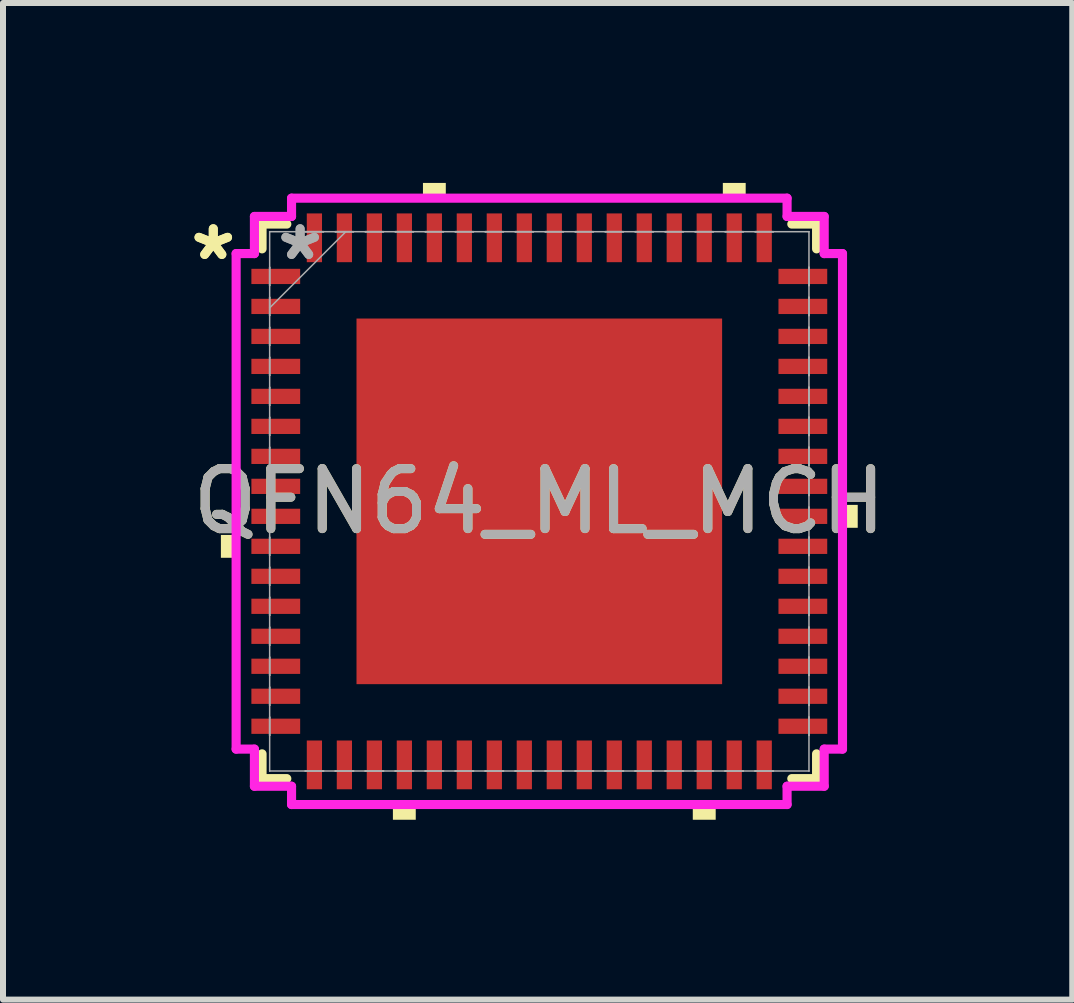
<source format=kicad_pcb>
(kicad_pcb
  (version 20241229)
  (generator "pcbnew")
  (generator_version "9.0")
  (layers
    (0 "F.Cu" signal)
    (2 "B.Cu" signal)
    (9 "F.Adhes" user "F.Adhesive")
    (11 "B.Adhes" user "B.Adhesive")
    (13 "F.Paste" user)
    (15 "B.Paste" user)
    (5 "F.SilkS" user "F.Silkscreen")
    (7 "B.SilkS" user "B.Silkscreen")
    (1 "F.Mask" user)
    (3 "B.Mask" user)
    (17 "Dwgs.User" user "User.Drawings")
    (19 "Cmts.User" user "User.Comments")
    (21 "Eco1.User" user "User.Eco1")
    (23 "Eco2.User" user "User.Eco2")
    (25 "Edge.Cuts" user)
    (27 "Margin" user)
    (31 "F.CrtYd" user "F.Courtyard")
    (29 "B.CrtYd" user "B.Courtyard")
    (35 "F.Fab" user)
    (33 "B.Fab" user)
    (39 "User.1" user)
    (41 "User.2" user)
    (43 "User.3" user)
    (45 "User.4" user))
  (footprint "QFN64_ML_MCH"
    (layer "F.Cu")
    (at 5.942 5.309)
    (property "Reference" "QFN64_ML_MCH" (at 0 0 0) (unlocked yes) (layer "F.SilkS") (effects (font (size 1 1) (thickness 0.15))))
    (attr smd)
    (fp_line (start -4.623 -4.623) (end -4.623 -4.21) (stroke (width 0.152) (type solid)) (layer "F.SilkS"))
    (fp_line (start -4.623 4.21) (end -4.623 4.623) (stroke (width 0.152) (type solid)) (layer "F.SilkS"))
    (fp_line (start -4.623 4.623) (end -4.21 4.623) (stroke (width 0.152) (type solid)) (layer "F.SilkS"))
    (fp_line (start -4.21 -4.623) (end -4.623 -4.623) (stroke (width 0.152) (type solid)) (layer "F.SilkS"))
    (fp_line (start 4.21 4.623) (end 4.623 4.623) (stroke (width 0.152) (type solid)) (layer "F.SilkS"))
    (fp_line (start 4.623 -4.623) (end 4.21 -4.623) (stroke (width 0.152) (type solid)) (layer "F.SilkS"))
    (fp_line (start 4.623 -4.21) (end 4.623 -4.623) (stroke (width 0.152) (type solid)) (layer "F.SilkS"))
    (fp_line (start 4.623 4.623) (end 4.623 4.21) (stroke (width 0.152) (type solid)) (layer "F.SilkS"))
    (fp_poly (pts (xy -5.309 0.56) (xy -5.309 0.941) (xy -5.055 0.941) (xy -5.055 0.56)) (stroke (width 0) (type solid)) (fill yes) (layer "F.SilkS"))
    (fp_poly (pts (xy -2.441 5.055) (xy -2.441 5.309) (xy -2.06 5.309) (xy -2.06 5.055)) (stroke (width 0) (type solid)) (fill yes) (layer "F.SilkS"))
    (fp_poly (pts (xy -1.94 -5.055) (xy -1.94 -5.309) (xy -1.559 -5.309) (xy -1.559 -5.055)) (stroke (width 0) (type solid)) (fill yes) (layer "F.SilkS"))
    (fp_poly (pts (xy 2.559 5.055) (xy 2.559 5.309) (xy 2.941 5.309) (xy 2.941 5.055)) (stroke (width 0) (type solid)) (fill yes) (layer "F.SilkS"))
    (fp_poly (pts (xy 3.06 -5.055) (xy 3.06 -5.309) (xy 3.441 -5.309) (xy 3.441 -5.055)) (stroke (width 0) (type solid)) (fill yes) (layer "F.SilkS"))
    (fp_poly (pts (xy 5.309 0.059) (xy 5.309 0.441) (xy 5.055 0.441) (xy 5.055 0.059)) (stroke (width 0) (type solid)) (fill yes) (layer "F.SilkS"))
    (fp_poly (pts (xy -2.948 -2.948) (xy -2.948 -1.624) (xy -1.624 -1.624) (xy -1.624 -2.948)) (stroke (width 0) (type solid)) (fill yes) (layer "F.Paste"))
    (fp_poly (pts (xy -2.948 -1.424) (xy -2.948 -0.1) (xy -1.624 -0.1) (xy -1.624 -1.424)) (stroke (width 0) (type solid)) (fill yes) (layer "F.Paste"))
    (fp_poly (pts (xy -2.948 0.1) (xy -2.948 1.424) (xy -1.624 1.424) (xy -1.624 0.1)) (stroke (width 0) (type solid)) (fill yes) (layer "F.Paste"))
    (fp_poly (pts (xy -2.948 1.624) (xy -2.948 2.948) (xy -1.624 2.948) (xy -1.624 1.624)) (stroke (width 0) (type solid)) (fill yes) (layer "F.Paste"))
    (fp_poly (pts (xy -1.424 -2.948) (xy -1.424 -1.624) (xy -0.1 -1.624) (xy -0.1 -2.948)) (stroke (width 0) (type solid)) (fill yes) (layer "F.Paste"))
    (fp_poly (pts (xy -1.424 -1.424) (xy -1.424 -0.1) (xy -0.1 -0.1) (xy -0.1 -1.424)) (stroke (width 0) (type solid)) (fill yes) (layer "F.Paste"))
    (fp_poly (pts (xy -1.424 0.1) (xy -1.424 1.424) (xy -0.1 1.424) (xy -0.1 0.1)) (stroke (width 0) (type solid)) (fill yes) (layer "F.Paste"))
    (fp_poly (pts (xy -1.424 1.624) (xy -1.424 2.948) (xy -0.1 2.948) (xy -0.1 1.624)) (stroke (width 0) (type solid)) (fill yes) (layer "F.Paste"))
    (fp_poly (pts (xy 0.1 -2.948) (xy 0.1 -1.624) (xy 1.424 -1.624) (xy 1.424 -2.948)) (stroke (width 0) (type solid)) (fill yes) (layer "F.Paste"))
    (fp_poly (pts (xy 0.1 -1.424) (xy 0.1 -0.1) (xy 1.424 -0.1) (xy 1.424 -1.424)) (stroke (width 0) (type solid)) (fill yes) (layer "F.Paste"))
    (fp_poly (pts (xy 0.1 0.1) (xy 0.1 1.424) (xy 1.424 1.424) (xy 1.424 0.1)) (stroke (width 0) (type solid)) (fill yes) (layer "F.Paste"))
    (fp_poly (pts (xy 0.1 1.624) (xy 0.1 2.948) (xy 1.424 2.948) (xy 1.424 1.624)) (stroke (width 0) (type solid)) (fill yes) (layer "F.Paste"))
    (fp_poly (pts (xy 1.624 -2.948) (xy 1.624 -1.624) (xy 2.948 -1.624) (xy 2.948 -2.948)) (stroke (width 0) (type solid)) (fill yes) (layer "F.Paste"))
    (fp_poly (pts (xy 1.624 -1.424) (xy 1.624 -0.1) (xy 2.948 -0.1) (xy 2.948 -1.424)) (stroke (width 0) (type solid)) (fill yes) (layer "F.Paste"))
    (fp_poly (pts (xy 1.624 0.1) (xy 1.624 1.424) (xy 2.948 1.424) (xy 2.948 0.1)) (stroke (width 0) (type solid)) (fill yes) (layer "F.Paste"))
    (fp_poly (pts (xy 1.624 1.624) (xy 1.624 2.948) (xy 2.948 2.948) (xy 2.948 1.624)) (stroke (width 0) (type solid)) (fill yes) (layer "F.Paste"))
    (fp_line (start -5.055 -4.131) (end -4.75 -4.131) (stroke (width 0.152) (type solid)) (layer "F.CrtYd"))
    (fp_line (start -5.055 4.131) (end -5.055 -4.131) (stroke (width 0.152) (type solid)) (layer "F.CrtYd"))
    (fp_line (start -4.75 -4.75) (end -4.131 -4.75) (stroke (width 0.152) (type solid)) (layer "F.CrtYd"))
    (fp_line (start -4.75 -4.131) (end -4.75 -4.75) (stroke (width 0.152) (type solid)) (layer "F.CrtYd"))
    (fp_line (start -4.75 4.131) (end -5.055 4.131) (stroke (width 0.152) (type solid)) (layer "F.CrtYd"))
    (fp_line (start -4.75 4.75) (end -4.75 4.131) (stroke (width 0.152) (type solid)) (layer "F.CrtYd"))
    (fp_line (start -4.131 -5.055) (end 4.131 -5.055) (stroke (width 0.152) (type solid)) (layer "F.CrtYd"))
    (fp_line (start -4.131 -4.75) (end -4.131 -5.055) (stroke (width 0.152) (type solid)) (layer "F.CrtYd"))
    (fp_line (start -4.131 4.75) (end -4.75 4.75) (stroke (width 0.152) (type solid)) (layer "F.CrtYd"))
    (fp_line (start -4.131 5.055) (end -4.131 4.75) (stroke (width 0.152) (type solid)) (layer "F.CrtYd"))
    (fp_line (start 4.131 -5.055) (end 4.131 -4.75) (stroke (width 0.152) (type solid)) (layer "F.CrtYd"))
    (fp_line (start 4.131 -4.75) (end 4.75 -4.75) (stroke (width 0.152) (type solid)) (layer "F.CrtYd"))
    (fp_line (start 4.131 4.75) (end 4.131 5.055) (stroke (width 0.152) (type solid)) (layer "F.CrtYd"))
    (fp_line (start 4.131 5.055) (end -4.131 5.055) (stroke (width 0.152) (type solid)) (layer "F.CrtYd"))
    (fp_line (start 4.75 -4.75) (end 4.75 -4.131) (stroke (width 0.152) (type solid)) (layer "F.CrtYd"))
    (fp_line (start 4.75 -4.131) (end 5.055 -4.131) (stroke (width 0.152) (type solid)) (layer "F.CrtYd"))
    (fp_line (start 4.75 4.131) (end 4.75 4.75) (stroke (width 0.152) (type solid)) (layer "F.CrtYd"))
    (fp_line (start 4.75 4.75) (end 4.131 4.75) (stroke (width 0.152) (type solid)) (layer "F.CrtYd"))
    (fp_line (start 5.055 -4.131) (end 5.055 4.131) (stroke (width 0.152) (type solid)) (layer "F.CrtYd"))
    (fp_line (start 5.055 4.131) (end 4.75 4.131) (stroke (width 0.152) (type solid)) (layer "F.CrtYd"))
    (fp_line (start -4.496 -4.496) (end -4.496 -4.496) (stroke (width 0.025) (type solid)) (layer "F.Fab"))
    (fp_line (start -4.496 -4.496) (end -4.496 4.496) (stroke (width 0.025) (type solid)) (layer "F.Fab"))
    (fp_line (start -4.496 -3.902) (end -4.496 -3.902) (stroke (width 0.025) (type solid)) (layer "F.Fab"))
    (fp_line (start -4.496 -3.902) (end -4.496 -3.598) (stroke (width 0.025) (type solid)) (layer "F.Fab"))
    (fp_line (start -4.496 -3.598) (end -4.496 -3.902) (stroke (width 0.025) (type solid)) (layer "F.Fab"))
    (fp_line (start -4.496 -3.598) (end -4.496 -3.598) (stroke (width 0.025) (type solid)) (layer "F.Fab"))
    (fp_line (start -4.496 -3.402) (end -4.496 -3.402) (stroke (width 0.025) (type solid)) (layer "F.Fab"))
    (fp_line (start -4.496 -3.402) (end -4.496 -3.098) (stroke (width 0.025) (type solid)) (layer "F.Fab"))
    (fp_line (start -4.496 -3.226) (end -3.226 -4.496) (stroke (width 0.025) (type solid)) (layer "F.Fab"))
    (fp_line (start -4.496 -3.098) (end -4.496 -3.402) (stroke (width 0.025) (type solid)) (layer "F.Fab"))
    (fp_line (start -4.496 -3.098) (end -4.496 -3.098) (stroke (width 0.025) (type solid)) (layer "F.Fab"))
    (fp_line (start -4.496 -2.902) (end -4.496 -2.902) (stroke (width 0.025) (type solid)) (layer "F.Fab"))
    (fp_line (start -4.496 -2.902) (end -4.496 -2.598) (stroke (width 0.025) (type solid)) (layer "F.Fab"))
    (fp_line (start -4.496 -2.598) (end -4.496 -2.902) (stroke (width 0.025) (type solid)) (layer "F.Fab"))
    (fp_line (start -4.496 -2.598) (end -4.496 -2.598) (stroke (width 0.025) (type solid)) (layer "F.Fab"))
    (fp_line (start -4.496 -2.402) (end -4.496 -2.402) (stroke (width 0.025) (type solid)) (layer "F.Fab"))
    (fp_line (start -4.496 -2.402) (end -4.496 -2.098) (stroke (width 0.025) (type solid)) (layer "F.Fab"))
    (fp_line (start -4.496 -2.098) (end -4.496 -2.402) (stroke (width 0.025) (type solid)) (layer "F.Fab"))
    (fp_line (start -4.496 -2.098) (end -4.496 -2.098) (stroke (width 0.025) (type solid)) (layer "F.Fab"))
    (fp_line (start -4.496 -1.902) (end -4.496 -1.902) (stroke (width 0.025) (type solid)) (layer "F.Fab"))
    (fp_line (start -4.496 -1.902) (end -4.496 -1.598) (stroke (width 0.025) (type solid)) (layer "F.Fab"))
    (fp_line (start -4.496 -1.598) (end -4.496 -1.902) (stroke (width 0.025) (type solid)) (layer "F.Fab"))
    (fp_line (start -4.496 -1.598) (end -4.496 -1.598) (stroke (width 0.025) (type solid)) (layer "F.Fab"))
    (fp_line (start -4.496 -1.402) (end -4.496 -1.402) (stroke (width 0.025) (type solid)) (layer "F.Fab"))
    (fp_line (start -4.496 -1.402) (end -4.496 -1.098) (stroke (width 0.025) (type solid)) (layer "F.Fab"))
    (fp_line (start -4.496 -1.098) (end -4.496 -1.402) (stroke (width 0.025) (type solid)) (layer "F.Fab"))
    (fp_line (start -4.496 -1.098) (end -4.496 -1.098) (stroke (width 0.025) (type solid)) (layer "F.Fab"))
    (fp_line (start -4.496 -0.902) (end -4.496 -0.902) (stroke (width 0.025) (type solid)) (layer "F.Fab"))
    (fp_line (start -4.496 -0.902) (end -4.496 -0.598) (stroke (width 0.025) (type solid)) (layer "F.Fab"))
    (fp_line (start -4.496 -0.598) (end -4.496 -0.902) (stroke (width 0.025) (type solid)) (layer "F.Fab"))
    (fp_line (start -4.496 -0.598) (end -4.496 -0.598) (stroke (width 0.025) (type solid)) (layer "F.Fab"))
    (fp_line (start -4.496 -0.402) (end -4.496 -0.402) (stroke (width 0.025) (type solid)) (layer "F.Fab"))
    (fp_line (start -4.496 -0.402) (end -4.496 -0.098) (stroke (width 0.025) (type solid)) (layer "F.Fab"))
    (fp_line (start -4.496 -0.098) (end -4.496 -0.402) (stroke (width 0.025) (type solid)) (layer "F.Fab"))
    (fp_line (start -4.496 -0.098) (end -4.496 -0.098) (stroke (width 0.025) (type solid)) (layer "F.Fab"))
    (fp_line (start -4.496 0.098) (end -4.496 0.098) (stroke (width 0.025) (type solid)) (layer "F.Fab"))
    (fp_line (start -4.496 0.098) (end -4.496 0.402) (stroke (width 0.025) (type solid)) (layer "F.Fab"))
    (fp_line (start -4.496 0.402) (end -4.496 0.098) (stroke (width 0.025) (type solid)) (layer "F.Fab"))
    (fp_line (start -4.496 0.402) (end -4.496 0.402) (stroke (width 0.025) (type solid)) (layer "F.Fab"))
    (fp_line (start -4.496 0.598) (end -4.496 0.598) (stroke (width 0.025) (type solid)) (layer "F.Fab"))
    (fp_line (start -4.496 0.598) (end -4.496 0.902) (stroke (width 0.025) (type solid)) (layer "F.Fab"))
    (fp_line (start -4.496 0.902) (end -4.496 0.598) (stroke (width 0.025) (type solid)) (layer "F.Fab"))
    (fp_line (start -4.496 0.902) (end -4.496 0.902) (stroke (width 0.025) (type solid)) (layer "F.Fab"))
    (fp_line (start -4.496 1.098) (end -4.496 1.098) (stroke (width 0.025) (type solid)) (layer "F.Fab"))
    (fp_line (start -4.496 1.098) (end -4.496 1.402) (stroke (width 0.025) (type solid)) (layer "F.Fab"))
    (fp_line (start -4.496 1.402) (end -4.496 1.098) (stroke (width 0.025) (type solid)) (layer "F.Fab"))
    (fp_line (start -4.496 1.402) (end -4.496 1.402) (stroke (width 0.025) (type solid)) (layer "F.Fab"))
    (fp_line (start -4.496 1.598) (end -4.496 1.598) (stroke (width 0.025) (type solid)) (layer "F.Fab"))
    (fp_line (start -4.496 1.598) (end -4.496 1.902) (stroke (width 0.025) (type solid)) (layer "F.Fab"))
    (fp_line (start -4.496 1.902) (end -4.496 1.598) (stroke (width 0.025) (type solid)) (layer "F.Fab"))
    (fp_line (start -4.496 1.902) (end -4.496 1.902) (stroke (width 0.025) (type solid)) (layer "F.Fab"))
    (fp_line (start -4.496 2.098) (end -4.496 2.098) (stroke (width 0.025) (type solid)) (layer "F.Fab"))
    (fp_line (start -4.496 2.098) (end -4.496 2.402) (stroke (width 0.025) (type solid)) (layer "F.Fab"))
    (fp_line (start -4.496 2.402) (end -4.496 2.098) (stroke (width 0.025) (type solid)) (layer "F.Fab"))
    (fp_line (start -4.496 2.402) (end -4.496 2.402) (stroke (width 0.025) (type solid)) (layer "F.Fab"))
    (fp_line (start -4.496 2.598) (end -4.496 2.598) (stroke (width 0.025) (type solid)) (layer "F.Fab"))
    (fp_line (start -4.496 2.598) (end -4.496 2.902) (stroke (width 0.025) (type solid)) (layer "F.Fab"))
    (fp_line (start -4.496 2.902) (end -4.496 2.598) (stroke (width 0.025) (type solid)) (layer "F.Fab"))
    (fp_line (start -4.496 2.902) (end -4.496 2.902) (stroke (width 0.025) (type solid)) (layer "F.Fab"))
    (fp_line (start -4.496 3.098) (end -4.496 3.098) (stroke (width 0.025) (type solid)) (layer "F.Fab"))
    (fp_line (start -4.496 3.098) (end -4.496 3.402) (stroke (width 0.025) (type solid)) (layer "F.Fab"))
    (fp_line (start -4.496 3.402) (end -4.496 3.098) (stroke (width 0.025) (type solid)) (layer "F.Fab"))
    (fp_line (start -4.496 3.402) (end -4.496 3.402) (stroke (width 0.025) (type solid)) (layer "F.Fab"))
    (fp_line (start -4.496 3.598) (end -4.496 3.598) (stroke (width 0.025) (type solid)) (layer "F.Fab"))
    (fp_line (start -4.496 3.598) (end -4.496 3.902) (stroke (width 0.025) (type solid)) (layer "F.Fab"))
    (fp_line (start -4.496 3.902) (end -4.496 3.598) (stroke (width 0.025) (type solid)) (layer "F.Fab"))
    (fp_line (start -4.496 3.902) (end -4.496 3.902) (stroke (width 0.025) (type solid)) (layer "F.Fab"))
    (fp_line (start -4.496 4.496) (end -4.496 4.496) (stroke (width 0.025) (type solid)) (layer "F.Fab"))
    (fp_line (start -4.496 4.496) (end 4.496 4.496) (stroke (width 0.025) (type solid)) (layer "F.Fab"))
    (fp_line (start -3.902 -4.496) (end -3.902 -4.496) (stroke (width 0.025) (type solid)) (layer "F.Fab"))
    (fp_line (start -3.902 -4.496) (end -3.598 -4.496) (stroke (width 0.025) (type solid)) (layer "F.Fab"))
    (fp_line (start -3.902 4.496) (end -3.902 4.496) (stroke (width 0.025) (type solid)) (layer "F.Fab"))
    (fp_line (start -3.902 4.496) (end -3.598 4.496) (stroke (width 0.025) (type solid)) (layer "F.Fab"))
    (fp_line (start -3.598 -4.496) (end -3.902 -4.496) (stroke (width 0.025) (type solid)) (layer "F.Fab"))
    (fp_line (start -3.598 -4.496) (end -3.598 -4.496) (stroke (width 0.025) (type solid)) (layer "F.Fab"))
    (fp_line (start -3.598 4.496) (end -3.902 4.496) (stroke (width 0.025) (type solid)) (layer "F.Fab"))
    (fp_line (start -3.598 4.496) (end -3.598 4.496) (stroke (width 0.025) (type solid)) (layer "F.Fab"))
    (fp_line (start -3.402 -4.496) (end -3.402 -4.496) (stroke (width 0.025) (type solid)) (layer "F.Fab"))
    (fp_line (start -3.402 -4.496) (end -3.098 -4.496) (stroke (width 0.025) (type solid)) (layer "F.Fab"))
    (fp_line (start -3.402 4.496) (end -3.402 4.496) (stroke (width 0.025) (type solid)) (layer "F.Fab"))
    (fp_line (start -3.402 4.496) (end -3.098 4.496) (stroke (width 0.025) (type solid)) (layer "F.Fab"))
    (fp_line (start -3.098 -4.496) (end -3.402 -4.496) (stroke (width 0.025) (type solid)) (layer "F.Fab"))
    (fp_line (start -3.098 -4.496) (end -3.098 -4.496) (stroke (width 0.025) (type solid)) (layer "F.Fab"))
    (fp_line (start -3.098 4.496) (end -3.402 4.496) (stroke (width 0.025) (type solid)) (layer "F.Fab"))
    (fp_line (start -3.098 4.496) (end -3.098 4.496) (stroke (width 0.025) (type solid)) (layer "F.Fab"))
    (fp_line (start -2.902 -4.496) (end -2.902 -4.496) (stroke (width 0.025) (type solid)) (layer "F.Fab"))
    (fp_line (start -2.902 -4.496) (end -2.598 -4.496) (stroke (width 0.025) (type solid)) (layer "F.Fab"))
    (fp_line (start -2.902 4.496) (end -2.902 4.496) (stroke (width 0.025) (type solid)) (layer "F.Fab"))
    (fp_line (start -2.902 4.496) (end -2.598 4.496) (stroke (width 0.025) (type solid)) (layer "F.Fab"))
    (fp_line (start -2.598 -4.496) (end -2.902 -4.496) (stroke (width 0.025) (type solid)) (layer "F.Fab"))
    (fp_line (start -2.598 -4.496) (end -2.598 -4.496) (stroke (width 0.025) (type solid)) (layer "F.Fab"))
    (fp_line (start -2.598 4.496) (end -2.902 4.496) (stroke (width 0.025) (type solid)) (layer "F.Fab"))
    (fp_line (start -2.598 4.496) (end -2.598 4.496) (stroke (width 0.025) (type solid)) (layer "F.Fab"))
    (fp_line (start -2.402 -4.496) (end -2.402 -4.496) (stroke (width 0.025) (type solid)) (layer "F.Fab"))
    (fp_line (start -2.402 -4.496) (end -2.098 -4.496) (stroke (width 0.025) (type solid)) (layer "F.Fab"))
    (fp_line (start -2.402 4.496) (end -2.402 4.496) (stroke (width 0.025) (type solid)) (layer "F.Fab"))
    (fp_line (start -2.402 4.496) (end -2.098 4.496) (stroke (width 0.025) (type solid)) (layer "F.Fab"))
    (fp_line (start -2.098 -4.496) (end -2.402 -4.496) (stroke (width 0.025) (type solid)) (layer "F.Fab"))
    (fp_line (start -2.098 -4.496) (end -2.098 -4.496) (stroke (width 0.025) (type solid)) (layer "F.Fab"))
    (fp_line (start -2.098 4.496) (end -2.402 4.496) (stroke (width 0.025) (type solid)) (layer "F.Fab"))
    (fp_line (start -2.098 4.496) (end -2.098 4.496) (stroke (width 0.025) (type solid)) (layer "F.Fab"))
    (fp_line (start -1.902 -4.496) (end -1.902 -4.496) (stroke (width 0.025) (type solid)) (layer "F.Fab"))
    (fp_line (start -1.902 -4.496) (end -1.598 -4.496) (stroke (width 0.025) (type solid)) (layer "F.Fab"))
    (fp_line (start -1.902 4.496) (end -1.902 4.496) (stroke (width 0.025) (type solid)) (layer "F.Fab"))
    (fp_line (start -1.902 4.496) (end -1.598 4.496) (stroke (width 0.025) (type solid)) (layer "F.Fab"))
    (fp_line (start -1.598 -4.496) (end -1.902 -4.496) (stroke (width 0.025) (type solid)) (layer "F.Fab"))
    (fp_line (start -1.598 -4.496) (end -1.598 -4.496) (stroke (width 0.025) (type solid)) (layer "F.Fab"))
    (fp_line (start -1.598 4.496) (end -1.902 4.496) (stroke (width 0.025) (type solid)) (layer "F.Fab"))
    (fp_line (start -1.598 4.496) (end -1.598 4.496) (stroke (width 0.025) (type solid)) (layer "F.Fab"))
    (fp_line (start -1.402 -4.496) (end -1.402 -4.496) (stroke (width 0.025) (type solid)) (layer "F.Fab"))
    (fp_line (start -1.402 -4.496) (end -1.098 -4.496) (stroke (width 0.025) (type solid)) (layer "F.Fab"))
    (fp_line (start -1.402 4.496) (end -1.402 4.496) (stroke (width 0.025) (type solid)) (layer "F.Fab"))
    (fp_line (start -1.402 4.496) (end -1.098 4.496) (stroke (width 0.025) (type solid)) (layer "F.Fab"))
    (fp_line (start -1.098 -4.496) (end -1.402 -4.496) (stroke (width 0.025) (type solid)) (layer "F.Fab"))
    (fp_line (start -1.098 -4.496) (end -1.098 -4.496) (stroke (width 0.025) (type solid)) (layer "F.Fab"))
    (fp_line (start -1.098 4.496) (end -1.402 4.496) (stroke (width 0.025) (type solid)) (layer "F.Fab"))
    (fp_line (start -1.098 4.496) (end -1.098 4.496) (stroke (width 0.025) (type solid)) (layer "F.Fab"))
    (fp_line (start -0.902 -4.496) (end -0.902 -4.496) (stroke (width 0.025) (type solid)) (layer "F.Fab"))
    (fp_line (start -0.902 -4.496) (end -0.598 -4.496) (stroke (width 0.025) (type solid)) (layer "F.Fab"))
    (fp_line (start -0.902 4.496) (end -0.902 4.496) (stroke (width 0.025) (type solid)) (layer "F.Fab"))
    (fp_line (start -0.902 4.496) (end -0.598 4.496) (stroke (width 0.025) (type solid)) (layer "F.Fab"))
    (fp_line (start -0.598 -4.496) (end -0.902 -4.496) (stroke (width 0.025) (type solid)) (layer "F.Fab"))
    (fp_line (start -0.598 -4.496) (end -0.598 -4.496) (stroke (width 0.025) (type solid)) (layer "F.Fab"))
    (fp_line (start -0.598 4.496) (end -0.902 4.496) (stroke (width 0.025) (type solid)) (layer "F.Fab"))
    (fp_line (start -0.598 4.496) (end -0.598 4.496) (stroke (width 0.025) (type solid)) (layer "F.Fab"))
    (fp_line (start -0.402 -4.496) (end -0.402 -4.496) (stroke (width 0.025) (type solid)) (layer "F.Fab"))
    (fp_line (start -0.402 -4.496) (end -0.098 -4.496) (stroke (width 0.025) (type solid)) (layer "F.Fab"))
    (fp_line (start -0.402 4.496) (end -0.402 4.496) (stroke (width 0.025) (type solid)) (layer "F.Fab"))
    (fp_line (start -0.402 4.496) (end -0.098 4.496) (stroke (width 0.025) (type solid)) (layer "F.Fab"))
    (fp_line (start -0.098 -4.496) (end -0.402 -4.496) (stroke (width 0.025) (type solid)) (layer "F.Fab"))
    (fp_line (start -0.098 -4.496) (end -0.098 -4.496) (stroke (width 0.025) (type solid)) (layer "F.Fab"))
    (fp_line (start -0.098 4.496) (end -0.402 4.496) (stroke (width 0.025) (type solid)) (layer "F.Fab"))
    (fp_line (start -0.098 4.496) (end -0.098 4.496) (stroke (width 0.025) (type solid)) (layer "F.Fab"))
    (fp_line (start 0.098 -4.496) (end 0.098 -4.496) (stroke (width 0.025) (type solid)) (layer "F.Fab"))
    (fp_line (start 0.098 -4.496) (end 0.402 -4.496) (stroke (width 0.025) (type solid)) (layer "F.Fab"))
    (fp_line (start 0.098 4.496) (end 0.098 4.496) (stroke (width 0.025) (type solid)) (layer "F.Fab"))
    (fp_line (start 0.098 4.496) (end 0.402 4.496) (stroke (width 0.025) (type solid)) (layer "F.Fab"))
    (fp_line (start 0.402 -4.496) (end 0.098 -4.496) (stroke (width 0.025) (type solid)) (layer "F.Fab"))
    (fp_line (start 0.402 -4.496) (end 0.402 -4.496) (stroke (width 0.025) (type solid)) (layer "F.Fab"))
    (fp_line (start 0.402 4.496) (end 0.098 4.496) (stroke (width 0.025) (type solid)) (layer "F.Fab"))
    (fp_line (start 0.402 4.496) (end 0.402 4.496) (stroke (width 0.025) (type solid)) (layer "F.Fab"))
    (fp_line (start 0.598 -4.496) (end 0.598 -4.496) (stroke (width 0.025) (type solid)) (layer "F.Fab"))
    (fp_line (start 0.598 -4.496) (end 0.902 -4.496) (stroke (width 0.025) (type solid)) (layer "F.Fab"))
    (fp_line (start 0.598 4.496) (end 0.598 4.496) (stroke (width 0.025) (type solid)) (layer "F.Fab"))
    (fp_line (start 0.598 4.496) (end 0.902 4.496) (stroke (width 0.025) (type solid)) (layer "F.Fab"))
    (fp_line (start 0.902 -4.496) (end 0.598 -4.496) (stroke (width 0.025) (type solid)) (layer "F.Fab"))
    (fp_line (start 0.902 -4.496) (end 0.902 -4.496) (stroke (width 0.025) (type solid)) (layer "F.Fab"))
    (fp_line (start 0.902 4.496) (end 0.598 4.496) (stroke (width 0.025) (type solid)) (layer "F.Fab"))
    (fp_line (start 0.902 4.496) (end 0.902 4.496) (stroke (width 0.025) (type solid)) (layer "F.Fab"))
    (fp_line (start 1.098 -4.496) (end 1.098 -4.496) (stroke (width 0.025) (type solid)) (layer "F.Fab"))
    (fp_line (start 1.098 -4.496) (end 1.402 -4.496) (stroke (width 0.025) (type solid)) (layer "F.Fab"))
    (fp_line (start 1.098 4.496) (end 1.098 4.496) (stroke (width 0.025) (type solid)) (layer "F.Fab"))
    (fp_line (start 1.098 4.496) (end 1.402 4.496) (stroke (width 0.025) (type solid)) (layer "F.Fab"))
    (fp_line (start 1.402 -4.496) (end 1.098 -4.496) (stroke (width 0.025) (type solid)) (layer "F.Fab"))
    (fp_line (start 1.402 -4.496) (end 1.402 -4.496) (stroke (width 0.025) (type solid)) (layer "F.Fab"))
    (fp_line (start 1.402 4.496) (end 1.098 4.496) (stroke (width 0.025) (type solid)) (layer "F.Fab"))
    (fp_line (start 1.402 4.496) (end 1.402 4.496) (stroke (width 0.025) (type solid)) (layer "F.Fab"))
    (fp_line (start 1.598 -4.496) (end 1.598 -4.496) (stroke (width 0.025) (type solid)) (layer "F.Fab"))
    (fp_line (start 1.598 -4.496) (end 1.902 -4.496) (stroke (width 0.025) (type solid)) (layer "F.Fab"))
    (fp_line (start 1.598 4.496) (end 1.598 4.496) (stroke (width 0.025) (type solid)) (layer "F.Fab"))
    (fp_line (start 1.598 4.496) (end 1.902 4.496) (stroke (width 0.025) (type solid)) (layer "F.Fab"))
    (fp_line (start 1.902 -4.496) (end 1.598 -4.496) (stroke (width 0.025) (type solid)) (layer "F.Fab"))
    (fp_line (start 1.902 -4.496) (end 1.902 -4.496) (stroke (width 0.025) (type solid)) (layer "F.Fab"))
    (fp_line (start 1.902 4.496) (end 1.598 4.496) (stroke (width 0.025) (type solid)) (layer "F.Fab"))
    (fp_line (start 1.902 4.496) (end 1.902 4.496) (stroke (width 0.025) (type solid)) (layer "F.Fab"))
    (fp_line (start 2.098 -4.496) (end 2.098 -4.496) (stroke (width 0.025) (type solid)) (layer "F.Fab"))
    (fp_line (start 2.098 -4.496) (end 2.402 -4.496) (stroke (width 0.025) (type solid)) (layer "F.Fab"))
    (fp_line (start 2.098 4.496) (end 2.098 4.496) (stroke (width 0.025) (type solid)) (layer "F.Fab"))
    (fp_line (start 2.098 4.496) (end 2.402 4.496) (stroke (width 0.025) (type solid)) (layer "F.Fab"))
    (fp_line (start 2.402 -4.496) (end 2.098 -4.496) (stroke (width 0.025) (type solid)) (layer "F.Fab"))
    (fp_line (start 2.402 -4.496) (end 2.402 -4.496) (stroke (width 0.025) (type solid)) (layer "F.Fab"))
    (fp_line (start 2.402 4.496) (end 2.098 4.496) (stroke (width 0.025) (type solid)) (layer "F.Fab"))
    (fp_line (start 2.402 4.496) (end 2.402 4.496) (stroke (width 0.025) (type solid)) (layer "F.Fab"))
    (fp_line (start 2.598 -4.496) (end 2.598 -4.496) (stroke (width 0.025) (type solid)) (layer "F.Fab"))
    (fp_line (start 2.598 -4.496) (end 2.902 -4.496) (stroke (width 0.025) (type solid)) (layer "F.Fab"))
    (fp_line (start 2.598 4.496) (end 2.598 4.496) (stroke (width 0.025) (type solid)) (layer "F.Fab"))
    (fp_line (start 2.598 4.496) (end 2.902 4.496) (stroke (width 0.025) (type solid)) (layer "F.Fab"))
    (fp_line (start 2.902 -4.496) (end 2.598 -4.496) (stroke (width 0.025) (type solid)) (layer "F.Fab"))
    (fp_line (start 2.902 -4.496) (end 2.902 -4.496) (stroke (width 0.025) (type solid)) (layer "F.Fab"))
    (fp_line (start 2.902 4.496) (end 2.598 4.496) (stroke (width 0.025) (type solid)) (layer "F.Fab"))
    (fp_line (start 2.902 4.496) (end 2.902 4.496) (stroke (width 0.025) (type solid)) (layer "F.Fab"))
    (fp_line (start 3.098 -4.496) (end 3.098 -4.496) (stroke (width 0.025) (type solid)) (layer "F.Fab"))
    (fp_line (start 3.098 -4.496) (end 3.402 -4.496) (stroke (width 0.025) (type solid)) (layer "F.Fab"))
    (fp_line (start 3.098 4.496) (end 3.098 4.496) (stroke (width 0.025) (type solid)) (layer "F.Fab"))
    (fp_line (start 3.098 4.496) (end 3.402 4.496) (stroke (width 0.025) (type solid)) (layer "F.Fab"))
    (fp_line (start 3.402 -4.496) (end 3.098 -4.496) (stroke (width 0.025) (type solid)) (layer "F.Fab"))
    (fp_line (start 3.402 -4.496) (end 3.402 -4.496) (stroke (width 0.025) (type solid)) (layer "F.Fab"))
    (fp_line (start 3.402 4.496) (end 3.098 4.496) (stroke (width 0.025) (type solid)) (layer "F.Fab"))
    (fp_line (start 3.402 4.496) (end 3.402 4.496) (stroke (width 0.025) (type solid)) (layer "F.Fab"))
    (fp_line (start 3.598 -4.496) (end 3.598 -4.496) (stroke (width 0.025) (type solid)) (layer "F.Fab"))
    (fp_line (start 3.598 -4.496) (end 3.902 -4.496) (stroke (width 0.025) (type solid)) (layer "F.Fab"))
    (fp_line (start 3.598 4.496) (end 3.598 4.496) (stroke (width 0.025) (type solid)) (layer "F.Fab"))
    (fp_line (start 3.598 4.496) (end 3.902 4.496) (stroke (width 0.025) (type solid)) (layer "F.Fab"))
    (fp_line (start 3.902 -4.496) (end 3.598 -4.496) (stroke (width 0.025) (type solid)) (layer "F.Fab"))
    (fp_line (start 3.902 -4.496) (end 3.902 -4.496) (stroke (width 0.025) (type solid)) (layer "F.Fab"))
    (fp_line (start 3.902 4.496) (end 3.598 4.496) (stroke (width 0.025) (type solid)) (layer "F.Fab"))
    (fp_line (start 3.902 4.496) (end 3.902 4.496) (stroke (width 0.025) (type solid)) (layer "F.Fab"))
    (fp_line (start 4.496 -4.496) (end -4.496 -4.496) (stroke (width 0.025) (type solid)) (layer "F.Fab"))
    (fp_line (start 4.496 -4.496) (end 4.496 -4.496) (stroke (width 0.025) (type solid)) (layer "F.Fab"))
    (fp_line (start 4.496 -3.902) (end 4.496 -3.902) (stroke (width 0.025) (type solid)) (layer "F.Fab"))
    (fp_line (start 4.496 -3.902) (end 4.496 -3.598) (stroke (width 0.025) (type solid)) (layer "F.Fab"))
    (fp_line (start 4.496 -3.598) (end 4.496 -3.902) (stroke (width 0.025) (type solid)) (layer "F.Fab"))
    (fp_line (start 4.496 -3.598) (end 4.496 -3.598) (stroke (width 0.025) (type solid)) (layer "F.Fab"))
    (fp_line (start 4.496 -3.402) (end 4.496 -3.402) (stroke (width 0.025) (type solid)) (layer "F.Fab"))
    (fp_line (start 4.496 -3.402) (end 4.496 -3.098) (stroke (width 0.025) (type solid)) (layer "F.Fab"))
    (fp_line (start 4.496 -3.098) (end 4.496 -3.402) (stroke (width 0.025) (type solid)) (layer "F.Fab"))
    (fp_line (start 4.496 -3.098) (end 4.496 -3.098) (stroke (width 0.025) (type solid)) (layer "F.Fab"))
    (fp_line (start 4.496 -2.902) (end 4.496 -2.902) (stroke (width 0.025) (type solid)) (layer "F.Fab"))
    (fp_line (start 4.496 -2.902) (end 4.496 -2.598) (stroke (width 0.025) (type solid)) (layer "F.Fab"))
    (fp_line (start 4.496 -2.598) (end 4.496 -2.902) (stroke (width 0.025) (type solid)) (layer "F.Fab"))
    (fp_line (start 4.496 -2.598) (end 4.496 -2.598) (stroke (width 0.025) (type solid)) (layer "F.Fab"))
    (fp_line (start 4.496 -2.402) (end 4.496 -2.402) (stroke (width 0.025) (type solid)) (layer "F.Fab"))
    (fp_line (start 4.496 -2.402) (end 4.496 -2.098) (stroke (width 0.025) (type solid)) (layer "F.Fab"))
    (fp_line (start 4.496 -2.098) (end 4.496 -2.402) (stroke (width 0.025) (type solid)) (layer "F.Fab"))
    (fp_line (start 4.496 -2.098) (end 4.496 -2.098) (stroke (width 0.025) (type solid)) (layer "F.Fab"))
    (fp_line (start 4.496 -1.902) (end 4.496 -1.902) (stroke (width 0.025) (type solid)) (layer "F.Fab"))
    (fp_line (start 4.496 -1.902) (end 4.496 -1.598) (stroke (width 0.025) (type solid)) (layer "F.Fab"))
    (fp_line (start 4.496 -1.598) (end 4.496 -1.902) (stroke (width 0.025) (type solid)) (layer "F.Fab"))
    (fp_line (start 4.496 -1.598) (end 4.496 -1.598) (stroke (width 0.025) (type solid)) (layer "F.Fab"))
    (fp_line (start 4.496 -1.402) (end 4.496 -1.402) (stroke (width 0.025) (type solid)) (layer "F.Fab"))
    (fp_line (start 4.496 -1.402) (end 4.496 -1.098) (stroke (width 0.025) (type solid)) (layer "F.Fab"))
    (fp_line (start 4.496 -1.098) (end 4.496 -1.402) (stroke (width 0.025) (type solid)) (layer "F.Fab"))
    (fp_line (start 4.496 -1.098) (end 4.496 -1.098) (stroke (width 0.025) (type solid)) (layer "F.Fab"))
    (fp_line (start 4.496 -0.902) (end 4.496 -0.902) (stroke (width 0.025) (type solid)) (layer "F.Fab"))
    (fp_line (start 4.496 -0.902) (end 4.496 -0.598) (stroke (width 0.025) (type solid)) (layer "F.Fab"))
    (fp_line (start 4.496 -0.598) (end 4.496 -0.902) (stroke (width 0.025) (type solid)) (layer "F.Fab"))
    (fp_line (start 4.496 -0.598) (end 4.496 -0.598) (stroke (width 0.025) (type solid)) (layer "F.Fab"))
    (fp_line (start 4.496 -0.402) (end 4.496 -0.402) (stroke (width 0.025) (type solid)) (layer "F.Fab"))
    (fp_line (start 4.496 -0.402) (end 4.496 -0.098) (stroke (width 0.025) (type solid)) (layer "F.Fab"))
    (fp_line (start 4.496 -0.098) (end 4.496 -0.402) (stroke (width 0.025) (type solid)) (layer "F.Fab"))
    (fp_line (start 4.496 -0.098) (end 4.496 -0.098) (stroke (width 0.025) (type solid)) (layer "F.Fab"))
    (fp_line (start 4.496 0.098) (end 4.496 0.098) (stroke (width 0.025) (type solid)) (layer "F.Fab"))
    (fp_line (start 4.496 0.098) (end 4.496 0.402) (stroke (width 0.025) (type solid)) (layer "F.Fab"))
    (fp_line (start 4.496 0.402) (end 4.496 0.098) (stroke (width 0.025) (type solid)) (layer "F.Fab"))
    (fp_line (start 4.496 0.402) (end 4.496 0.402) (stroke (width 0.025) (type solid)) (layer "F.Fab"))
    (fp_line (start 4.496 0.598) (end 4.496 0.598) (stroke (width 0.025) (type solid)) (layer "F.Fab"))
    (fp_line (start 4.496 0.598) (end 4.496 0.902) (stroke (width 0.025) (type solid)) (layer "F.Fab"))
    (fp_line (start 4.496 0.902) (end 4.496 0.598) (stroke (width 0.025) (type solid)) (layer "F.Fab"))
    (fp_line (start 4.496 0.902) (end 4.496 0.902) (stroke (width 0.025) (type solid)) (layer "F.Fab"))
    (fp_line (start 4.496 1.098) (end 4.496 1.098) (stroke (width 0.025) (type solid)) (layer "F.Fab"))
    (fp_line (start 4.496 1.098) (end 4.496 1.402) (stroke (width 0.025) (type solid)) (layer "F.Fab"))
    (fp_line (start 4.496 1.402) (end 4.496 1.098) (stroke (width 0.025) (type solid)) (layer "F.Fab"))
    (fp_line (start 4.496 1.402) (end 4.496 1.402) (stroke (width 0.025) (type solid)) (layer "F.Fab"))
    (fp_line (start 4.496 1.598) (end 4.496 1.598) (stroke (width 0.025) (type solid)) (layer "F.Fab"))
    (fp_line (start 4.496 1.598) (end 4.496 1.902) (stroke (width 0.025) (type solid)) (layer "F.Fab"))
    (fp_line (start 4.496 1.902) (end 4.496 1.598) (stroke (width 0.025) (type solid)) (layer "F.Fab"))
    (fp_line (start 4.496 1.902) (end 4.496 1.902) (stroke (width 0.025) (type solid)) (layer "F.Fab"))
    (fp_line (start 4.496 2.098) (end 4.496 2.098) (stroke (width 0.025) (type solid)) (layer "F.Fab"))
    (fp_line (start 4.496 2.098) (end 4.496 2.402) (stroke (width 0.025) (type solid)) (layer "F.Fab"))
    (fp_line (start 4.496 2.402) (end 4.496 2.098) (stroke (width 0.025) (type solid)) (layer "F.Fab"))
    (fp_line (start 4.496 2.402) (end 4.496 2.402) (stroke (width 0.025) (type solid)) (layer "F.Fab"))
    (fp_line (start 4.496 2.598) (end 4.496 2.598) (stroke (width 0.025) (type solid)) (layer "F.Fab"))
    (fp_line (start 4.496 2.598) (end 4.496 2.902) (stroke (width 0.025) (type solid)) (layer "F.Fab"))
    (fp_line (start 4.496 2.902) (end 4.496 2.598) (stroke (width 0.025) (type solid)) (layer "F.Fab"))
    (fp_line (start 4.496 2.902) (end 4.496 2.902) (stroke (width 0.025) (type solid)) (layer "F.Fab"))
    (fp_line (start 4.496 3.098) (end 4.496 3.098) (stroke (width 0.025) (type solid)) (layer "F.Fab"))
    (fp_line (start 4.496 3.098) (end 4.496 3.402) (stroke (width 0.025) (type solid)) (layer "F.Fab"))
    (fp_line (start 4.496 3.402) (end 4.496 3.098) (stroke (width 0.025) (type solid)) (layer "F.Fab"))
    (fp_line (start 4.496 3.402) (end 4.496 3.402) (stroke (width 0.025) (type solid)) (layer "F.Fab"))
    (fp_line (start 4.496 3.598) (end 4.496 3.598) (stroke (width 0.025) (type solid)) (layer "F.Fab"))
    (fp_line (start 4.496 3.598) (end 4.496 3.902) (stroke (width 0.025) (type solid)) (layer "F.Fab"))
    (fp_line (start 4.496 3.902) (end 4.496 3.598) (stroke (width 0.025) (type solid)) (layer "F.Fab"))
    (fp_line (start 4.496 3.902) (end 4.496 3.902) (stroke (width 0.025) (type solid)) (layer "F.Fab"))
    (fp_line (start 4.496 4.496) (end 4.496 -4.496) (stroke (width 0.025) (type solid)) (layer "F.Fab"))
    (fp_line (start 4.496 4.496) (end 4.496 4.496) (stroke (width 0.025) (type solid)) (layer "F.Fab"))
    (fp_text user "*" (at -5.436 -4 0) (layer "F.SilkS") (effects (font (size 1 1) (thickness 0.15))))
    (fp_text user "*" (at -5.436 -4 0) (unlocked yes) (layer "F.SilkS") (effects (font (size 1 1) (thickness 0.15))))
    (fp_text user "${REFERENCE}" (at 0 0 0) (unlocked yes) (layer "F.Fab") (effects (font (size 1 1) (thickness 0.15))))
    (fp_text user "*" (at -3.988 -4 0) (unlocked yes) (layer "F.Fab") (effects (font (size 1 1) (thickness 0.15))))
    (fp_text user "*" (at -3.988 -4 0) (layer "F.Fab") (effects (font (size 1 1) (thickness 0.15))))
    (pad "1" smd rect (at -4.394 -3.75 90) (size 0.254 0.813) (layers "F.Cu" "F.Mask" "F.Paste"))
    (pad "2" smd rect (at -4.394 -3.25 90) (size 0.254 0.813) (layers "F.Cu" "F.Mask" "F.Paste"))
    (pad "3" smd rect (at -4.394 -2.75 90) (size 0.254 0.813) (layers "F.Cu" "F.Mask" "F.Paste"))
    (pad "4" smd rect (at -4.394 -2.25 90) (size 0.254 0.813) (layers "F.Cu" "F.Mask" "F.Paste"))
    (pad "5" smd rect (at -4.394 -1.75 90) (size 0.254 0.813) (layers "F.Cu" "F.Mask" "F.Paste"))
    (pad "6" smd rect (at -4.394 -1.25 90) (size 0.254 0.813) (layers "F.Cu" "F.Mask" "F.Paste"))
    (pad "7" smd rect (at -4.394 -0.75 90) (size 0.254 0.813) (layers "F.Cu" "F.Mask" "F.Paste"))
    (pad "8" smd rect (at -4.394 -0.25 90) (size 0.254 0.813) (layers "F.Cu" "F.Mask" "F.Paste"))
    (pad "9" smd rect (at -4.394 0.25 90) (size 0.254 0.813) (layers "F.Cu" "F.Mask" "F.Paste"))
    (pad "10" smd rect (at -4.394 0.75 90) (size 0.254 0.813) (layers "F.Cu" "F.Mask" "F.Paste"))
    (pad "11" smd rect (at -4.394 1.25 90) (size 0.254 0.813) (layers "F.Cu" "F.Mask" "F.Paste"))
    (pad "12" smd rect (at -4.394 1.75 90) (size 0.254 0.813) (layers "F.Cu" "F.Mask" "F.Paste"))
    (pad "13" smd rect (at -4.394 2.25 90) (size 0.254 0.813) (layers "F.Cu" "F.Mask" "F.Paste"))
    (pad "14" smd rect (at -4.394 2.75 90) (size 0.254 0.813) (layers "F.Cu" "F.Mask" "F.Paste"))
    (pad "15" smd rect (at -4.394 3.25 90) (size 0.254 0.813) (layers "F.Cu" "F.Mask" "F.Paste"))
    (pad "16" smd rect (at -4.394 3.75 90) (size 0.254 0.813) (layers "F.Cu" "F.Mask" "F.Paste"))
    (pad "17" smd rect (at -3.75 4.394) (size 0.254 0.813) (layers "F.Cu" "F.Mask" "F.Paste"))
    (pad "18" smd rect (at -3.25 4.394) (size 0.254 0.813) (layers "F.Cu" "F.Mask" "F.Paste"))
    (pad "19" smd rect (at -2.75 4.394) (size 0.254 0.813) (layers "F.Cu" "F.Mask" "F.Paste"))
    (pad "20" smd rect (at -2.25 4.394) (size 0.254 0.813) (layers "F.Cu" "F.Mask" "F.Paste"))
    (pad "21" smd rect (at -1.75 4.394) (size 0.254 0.813) (layers "F.Cu" "F.Mask" "F.Paste"))
    (pad "22" smd rect (at -1.25 4.394) (size 0.254 0.813) (layers "F.Cu" "F.Mask" "F.Paste"))
    (pad "23" smd rect (at -0.75 4.394) (size 0.254 0.813) (layers "F.Cu" "F.Mask" "F.Paste"))
    (pad "24" smd rect (at -0.25 4.394) (size 0.254 0.813) (layers "F.Cu" "F.Mask" "F.Paste"))
    (pad "25" smd rect (at 0.25 4.394) (size 0.254 0.813) (layers "F.Cu" "F.Mask" "F.Paste"))
    (pad "26" smd rect (at 0.75 4.394) (size 0.254 0.813) (layers "F.Cu" "F.Mask" "F.Paste"))
    (pad "27" smd rect (at 1.25 4.394) (size 0.254 0.813) (layers "F.Cu" "F.Mask" "F.Paste"))
    (pad "28" smd rect (at 1.75 4.394) (size 0.254 0.813) (layers "F.Cu" "F.Mask" "F.Paste"))
    (pad "29" smd rect (at 2.25 4.394) (size 0.254 0.813) (layers "F.Cu" "F.Mask" "F.Paste"))
    (pad "30" smd rect (at 2.75 4.394) (size 0.254 0.813) (layers "F.Cu" "F.Mask" "F.Paste"))
    (pad "31" smd rect (at 3.25 4.394) (size 0.254 0.813) (layers "F.Cu" "F.Mask" "F.Paste"))
    (pad "32" smd rect (at 3.75 4.394) (size 0.254 0.813) (layers "F.Cu" "F.Mask" "F.Paste"))
    (pad "33" smd rect (at 4.394 3.75 90) (size 0.254 0.813) (layers "F.Cu" "F.Mask" "F.Paste"))
    (pad "34" smd rect (at 4.394 3.25 90) (size 0.254 0.813) (layers "F.Cu" "F.Mask" "F.Paste"))
    (pad "35" smd rect (at 4.394 2.75 90) (size 0.254 0.813) (layers "F.Cu" "F.Mask" "F.Paste"))
    (pad "36" smd rect (at 4.394 2.25 90) (size 0.254 0.813) (layers "F.Cu" "F.Mask" "F.Paste"))
    (pad "37" smd rect (at 4.394 1.75 90) (size 0.254 0.813) (layers "F.Cu" "F.Mask" "F.Paste"))
    (pad "38" smd rect (at 4.394 1.25 90) (size 0.254 0.813) (layers "F.Cu" "F.Mask" "F.Paste"))
    (pad "39" smd rect (at 4.394 0.75 90) (size 0.254 0.813) (layers "F.Cu" "F.Mask" "F.Paste"))
    (pad "40" smd rect (at 4.394 0.25 90) (size 0.254 0.813) (layers "F.Cu" "F.Mask" "F.Paste"))
    (pad "41" smd rect (at 4.394 -0.25 90) (size 0.254 0.813) (layers "F.Cu" "F.Mask" "F.Paste"))
    (pad "42" smd rect (at 4.394 -0.75 90) (size 0.254 0.813) (layers "F.Cu" "F.Mask" "F.Paste"))
    (pad "43" smd rect (at 4.394 -1.25 90) (size 0.254 0.813) (layers "F.Cu" "F.Mask" "F.Paste"))
    (pad "44" smd rect (at 4.394 -1.75 90) (size 0.254 0.813) (layers "F.Cu" "F.Mask" "F.Paste"))
    (pad "45" smd rect (at 4.394 -2.25 90) (size 0.254 0.813) (layers "F.Cu" "F.Mask" "F.Paste"))
    (pad "46" smd rect (at 4.394 -2.75 90) (size 0.254 0.813) (layers "F.Cu" "F.Mask" "F.Paste"))
    (pad "47" smd rect (at 4.394 -3.25 90) (size 0.254 0.813) (layers "F.Cu" "F.Mask" "F.Paste"))
    (pad "48" smd rect (at 4.394 -3.75 90) (size 0.254 0.813) (layers "F.Cu" "F.Mask" "F.Paste"))
    (pad "49" smd rect (at 3.75 -4.394) (size 0.254 0.813) (layers "F.Cu" "F.Mask" "F.Paste"))
    (pad "50" smd rect (at 3.25 -4.394) (size 0.254 0.813) (layers "F.Cu" "F.Mask" "F.Paste"))
    (pad "51" smd rect (at 2.75 -4.394) (size 0.254 0.813) (layers "F.Cu" "F.Mask" "F.Paste"))
    (pad "52" smd rect (at 2.25 -4.394) (size 0.254 0.813) (layers "F.Cu" "F.Mask" "F.Paste"))
    (pad "53" smd rect (at 1.75 -4.394) (size 0.254 0.813) (layers "F.Cu" "F.Mask" "F.Paste"))
    (pad "54" smd rect (at 1.25 -4.394) (size 0.254 0.813) (layers "F.Cu" "F.Mask" "F.Paste"))
    (pad "55" smd rect (at 0.75 -4.394) (size 0.254 0.813) (layers "F.Cu" "F.Mask" "F.Paste"))
    (pad "56" smd rect (at 0.25 -4.394) (size 0.254 0.813) (layers "F.Cu" "F.Mask" "F.Paste"))
    (pad "57" smd rect (at -0.25 -4.394) (size 0.254 0.813) (layers "F.Cu" "F.Mask" "F.Paste"))
    (pad "58" smd rect (at -0.75 -4.394) (size 0.254 0.813) (layers "F.Cu" "F.Mask" "F.Paste"))
    (pad "59" smd rect (at -1.25 -4.394) (size 0.254 0.813) (layers "F.Cu" "F.Mask" "F.Paste"))
    (pad "60" smd rect (at -1.75 -4.394) (size 0.254 0.813) (layers "F.Cu" "F.Mask" "F.Paste"))
    (pad "61" smd rect (at -2.25 -4.394) (size 0.254 0.813) (layers "F.Cu" "F.Mask" "F.Paste"))
    (pad "62" smd rect (at -2.75 -4.394) (size 0.254 0.813) (layers "F.Cu" "F.Mask" "F.Paste"))
    (pad "63" smd rect (at -3.25 -4.394) (size 0.254 0.813) (layers "F.Cu" "F.Mask" "F.Paste"))
    (pad "64" smd rect (at -3.75 -4.394) (size 0.254 0.813) (layers "F.Cu" "F.Mask" "F.Paste"))
    (pad "65" smd rect (at 0 0) (size 6.096 6.096) (layers "F.Cu" "F.Mask" "F.Paste")))
  (gr_rect
    (start -3 -3)
    (end 14.828 13.617)
    (stroke (width 0.1) (type default))
    (fill no)
    (layer "Edge.Cuts")))
</source>
